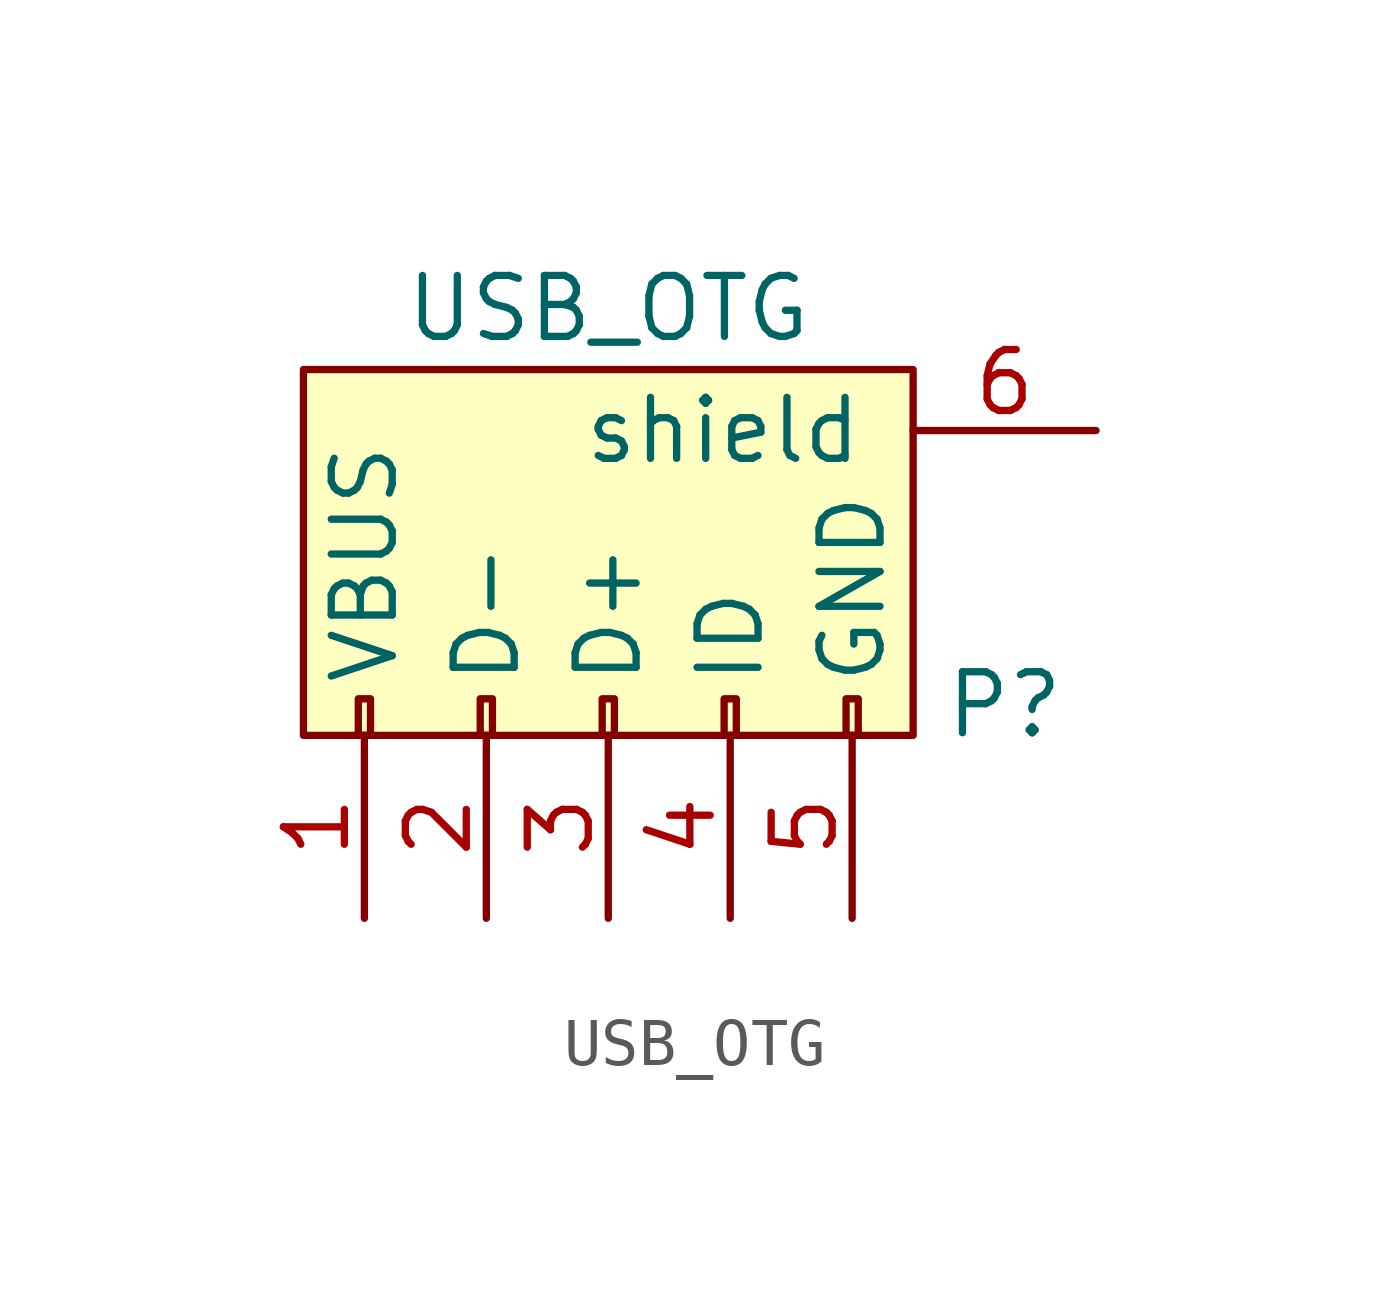
<source format=kicad_sym>
(kicad_symbol_lib
  (version 20211014)
  (generator kicad_symbol_editor)
  (symbol "USB_OTG"
    (pin_names
      (offset 1.016))
    (property "Reference" "P"
      (at 8.255 -3.175 0)
      (effects (font (size 1.27 1.27))))
    (property "Value" "USB_OTG"
      (at 0 5.08 0)
      (effects (font (size 1.27 1.27))))
    (property "Footprint" ""
      (at -1.27 -2.54 90)
      (effects (font (size 1.27 1.27))))
    (property "Datasheet" ""
      (at -1.27 -2.54 90)
      (effects (font (size 1.27 1.27))))
    (symbol "USB_OTG_0_1"
      (rectangle (start -6.35 -3.81) (end 6.35 3.81) (stroke (width 0) (type default) (color 0 0 0 0)) (fill (type background)))
      (rectangle (start -5.207 -3.81) (end -4.953 -3.048) (stroke (width 0) (type default) (color 0 0 0 0)) (fill (type none)))
      (rectangle (start -2.667 -3.81) (end -2.413 -3.048) (stroke (width 0) (type default) (color 0 0 0 0)) (fill (type none)))
      (rectangle (start -0.127 -3.81) (end 0.127 -3.048) (stroke (width 0) (type default) (color 0 0 0 0)) (fill (type none)))
      (rectangle (start 2.413 -3.81) (end 2.667 -3.048) (stroke (width 0) (type default) (color 0 0 0 0)) (fill (type none)))
      (rectangle (start 4.953 -3.81) (end 5.207 -3.048) (stroke (width 0) (type default) (color 0 0 0 0)) (fill (type none))))
    (symbol "USB_OTG_1_1"
      (pin power_out line (at -5.08 -7.62 90) (length 3.81) (name "VBUS" (effects (font (size 1.27 1.27)))) (number "1" (effects (font (size 1.27 1.27)))))
      (pin passive line (at -2.54 -7.62 90) (length 3.81) (name "D-" (effects (font (size 1.27 1.27)))) (number "2" (effects (font (size 1.27 1.27)))))
      (pin passive line (at 0 -7.62 90) (length 3.81) (name "D+" (effects (font (size 1.27 1.27)))) (number "3" (effects (font (size 1.27 1.27)))))
      (pin power_in line (at 2.54 -7.62 90) (length 3.81) (name "ID" (effects (font (size 1.27 1.27)))) (number "4" (effects (font (size 1.27 1.27)))))
      (pin power_in line (at 5.08 -7.62 90) (length 3.81) (name "GND" (effects (font (size 1.27 1.27)))) (number "5" (effects (font (size 1.27 1.27)))))
      (pin passive line (at 10.16 2.54 180) (length 3.81) (name "shield" (effects (font (size 1.27 1.27)))) (number "6" (effects (font (size 1.27 1.27))))))))
</source>
